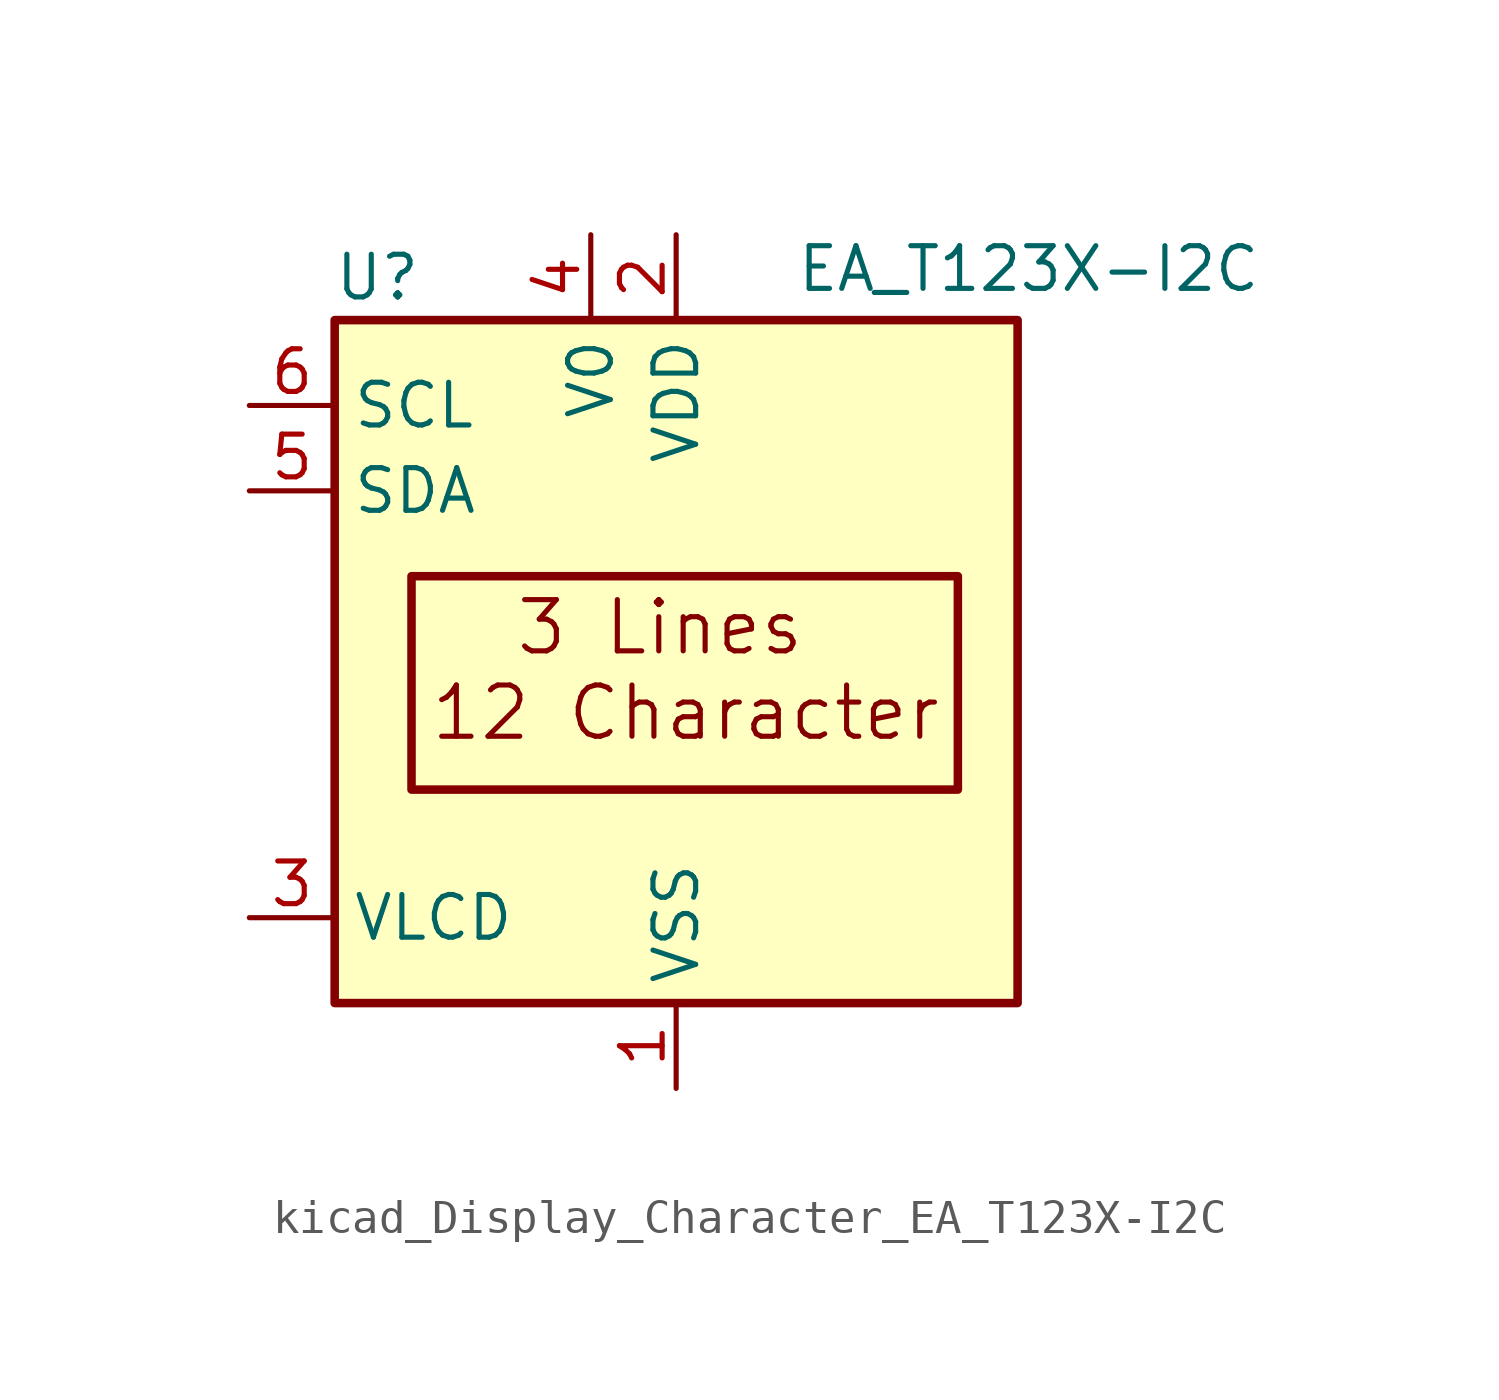
<source format=kicad_sym>
(kicad_symbol_lib
  (version 20220914)
  (generator kicad_symbol_editor)
  (symbol "kicad_Display_Character_EA_T123X-I2C"
    (property "Reference" "U"
      (at -8.89 11.43 0)
      (effects (font (size 1.27 1.27))))
    (property "Value" "EA_T123X-I2C"
      (at 3.556 11.684 0)
      (effects (font (size 1.27 1.27)) (justify left)))
    (symbol "kicad_Display_Character_EA_T123X-I2C_0_0"
      (rectangle (start -7.874 2.54) (end 8.382 -3.81) (stroke (width 0.254) (type default)) (fill (type none)))
      (text "12 Character" (at -7.366 -1.524 0) (effects (font (size 1.524 1.524)) (justify left)))
      (text "3 Lines" (at -4.826 1.016 0) (effects (font (size 1.524 1.524)) (justify left))))
    (symbol "kicad_Display_Character_EA_T123X-I2C_0_1"
      (rectangle (start -10.16 10.16) (end 10.16 -10.16) (stroke (width 0.254) (type default)) (fill (type background))))
    (symbol "kicad_Display_Character_EA_T123X-I2C_1_1"
      (pin power_in line (at 0 -12.7 90) (length 2.54) (name "VSS" (effects (font (size 1.27 1.27)))) (number "1" (effects (font (size 1.27 1.27)))))
      (pin power_in line (at 0 12.7 270) (length 2.54) (name "VDD" (effects (font (size 1.27 1.27)))) (number "2" (effects (font (size 1.27 1.27)))))
      (pin input line (at -12.7 -7.62 0) (length 2.54) (name "VLCD" (effects (font (size 1.27 1.27)))) (number "3" (effects (font (size 1.27 1.27)))))
      (pin power_in line (at -2.54 12.7 270) (length 2.54) (name "V0" (effects (font (size 1.27 1.27)))) (number "4" (effects (font (size 1.27 1.27)))))
      (pin bidirectional line (at -12.7 5.08 0) (length 2.54) (name "SDA" (effects (font (size 1.27 1.27)))) (number "5" (effects (font (size 1.27 1.27)))))
      (pin input line (at -12.7 7.62 0) (length 2.54) (name "SCL" (effects (font (size 1.27 1.27)))) (number "6" (effects (font (size 1.27 1.27))))))))
</source>
